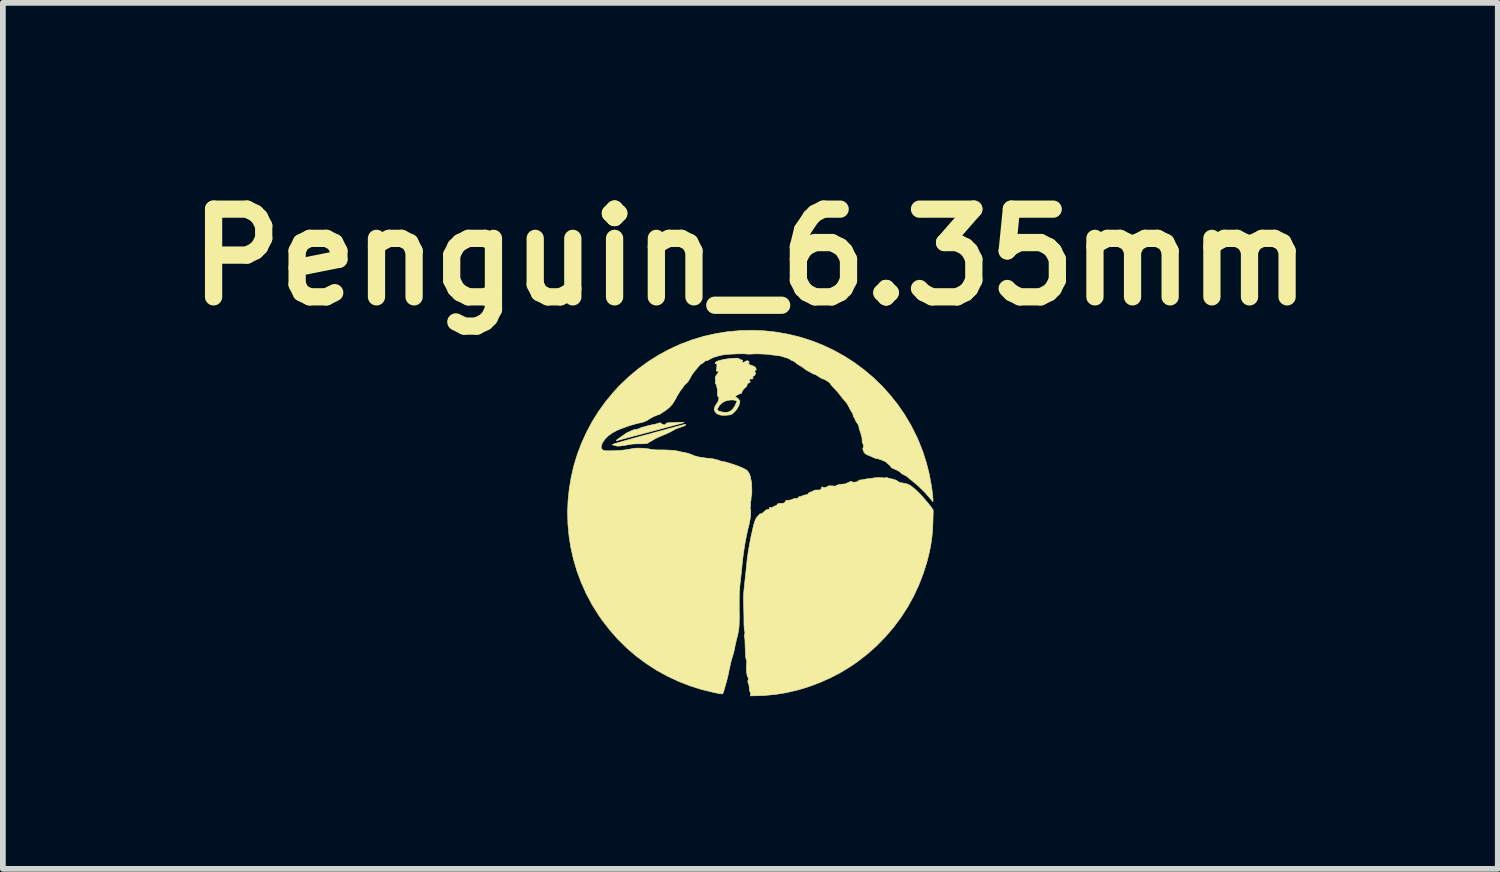
<source format=kicad_pcb>
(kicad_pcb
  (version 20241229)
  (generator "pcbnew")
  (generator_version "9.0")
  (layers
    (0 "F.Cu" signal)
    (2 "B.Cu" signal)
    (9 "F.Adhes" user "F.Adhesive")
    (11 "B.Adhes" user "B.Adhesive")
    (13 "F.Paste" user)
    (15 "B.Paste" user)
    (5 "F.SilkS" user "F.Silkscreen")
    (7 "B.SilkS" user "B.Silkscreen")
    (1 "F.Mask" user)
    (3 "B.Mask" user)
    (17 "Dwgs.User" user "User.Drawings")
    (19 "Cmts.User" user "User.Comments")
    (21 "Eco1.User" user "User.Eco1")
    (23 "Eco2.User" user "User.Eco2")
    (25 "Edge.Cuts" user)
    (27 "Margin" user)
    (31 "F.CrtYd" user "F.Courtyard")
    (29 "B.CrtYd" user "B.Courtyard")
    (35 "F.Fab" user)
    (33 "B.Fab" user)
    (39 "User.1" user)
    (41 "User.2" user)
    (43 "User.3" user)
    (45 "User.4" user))
  (footprint "Penguin_6.35mm"
    (layer "F.Cu")
    (at 9.986 5.863)
    (property "Reference" "Penguin_6.35mm" (at 0 -4.445 0) (layer "F.SilkS") (effects (font (size 1.524 1.524) (thickness 0.3))))
    (attr through_hole)
    (fp_poly (pts (xy -1.122 -1.537) (xy -1.122 -1.531) (xy -1.135 -1.522) (xy -1.157 -1.511) (xy -1.185 -1.501) (xy -1.228 -1.486) (xy -1.261 -1.474) (xy -1.287 -1.463) (xy -1.309 -1.453) (xy -1.326 -1.444) (xy -1.396 -1.406) (xy -1.461 -1.375) (xy -1.512 -1.354) (xy -1.556 -1.336) (xy -1.6 -1.317) (xy -1.641 -1.297) (xy -1.675 -1.279) (xy -1.701 -1.263) (xy -1.713 -1.255) (xy -1.728 -1.244) (xy -1.739 -1.24) (xy -1.751 -1.235) (xy -1.764 -1.226) (xy -1.774 -1.218) (xy -1.788 -1.212) (xy -1.806 -1.208) (xy -1.831 -1.205) (xy -1.866 -1.203) (xy -1.912 -1.203) (xy -1.938 -1.203) (xy -1.992 -1.202) (xy -2.039 -1.199) (xy -2.077 -1.195) (xy -2.095 -1.192) (xy -2.14 -1.183) (xy -2.185 -1.175) (xy -2.228 -1.169) (xy -2.266 -1.164) (xy -2.297 -1.163) (xy -2.318 -1.163) (xy -2.323 -1.165) (xy -2.338 -1.17) (xy -2.359 -1.175) (xy -2.367 -1.176) (xy -2.385 -1.181) (xy -2.396 -1.187) (xy -2.396 -1.19) (xy -2.389 -1.193) (xy -2.368 -1.201) (xy -2.337 -1.211) (xy -2.295 -1.223) (xy -2.246 -1.237) (xy -2.191 -1.253) (xy -2.13 -1.27) (xy -2.125 -1.271) (xy -1.983 -1.311) (xy -1.855 -1.346) (xy -1.739 -1.377) (xy -1.636 -1.406) (xy -1.545 -1.43) (xy -1.465 -1.452) (xy -1.396 -1.471) (xy -1.336 -1.487) (xy -1.286 -1.501) (xy -1.244 -1.512) (xy -1.21 -1.521) (xy -1.183 -1.528) (xy -1.163 -1.533) (xy -1.148 -1.536) (xy -1.139 -1.538) (xy -1.135 -1.539) (xy -1.122 -1.537)) (stroke (width 0.01) (type solid)) (fill yes) (layer "F.SilkS"))
    (fp_poly (pts (xy -1.163 -1.575) (xy -1.152 -1.573) (xy -1.152 -1.572) (xy -1.16 -1.57) (xy -1.181 -1.564) (xy -1.214 -1.554) (xy -1.259 -1.542) (xy -1.313 -1.527) (xy -1.377 -1.51) (xy -1.448 -1.491) (xy -1.526 -1.47) (xy -1.61 -1.447) (xy -1.698 -1.424) (xy -1.73 -1.415) (xy -1.82 -1.391) (xy -1.906 -1.368) (xy -1.987 -1.347) (xy -2.062 -1.327) (xy -2.129 -1.309) (xy -2.188 -1.293) (xy -2.238 -1.28) (xy -2.276 -1.269) (xy -2.303 -1.262) (xy -2.317 -1.258) (xy -2.319 -1.258) (xy -2.329 -1.256) (xy -2.328 -1.261) (xy -2.325 -1.265) (xy -2.315 -1.274) (xy -2.295 -1.289) (xy -2.27 -1.307) (xy -2.254 -1.318) (xy -2.224 -1.339) (xy -2.194 -1.36) (xy -2.17 -1.376) (xy -2.163 -1.382) (xy -2.143 -1.395) (xy -2.128 -1.403) (xy -2.123 -1.404) (xy -2.112 -1.408) (xy -2.092 -1.416) (xy -2.068 -1.428) (xy -2.067 -1.428) (xy -2.03 -1.444) (xy -1.998 -1.451) (xy -1.991 -1.451) (xy -1.963 -1.456) (xy -1.929 -1.468) (xy -1.918 -1.473) (xy -1.894 -1.484) (xy -1.873 -1.492) (xy -1.863 -1.494) (xy -1.849 -1.496) (xy -1.827 -1.502) (xy -1.808 -1.508) (xy -1.779 -1.517) (xy -1.743 -1.525) (xy -1.711 -1.532) (xy -1.676 -1.538) (xy -1.639 -1.547) (xy -1.612 -1.555) (xy -1.569 -1.569) (xy -1.541 -1.55) (xy -1.515 -1.537) (xy -1.492 -1.532) (xy -1.474 -1.536) (xy -1.465 -1.548) (xy -1.464 -1.554) (xy -1.463 -1.559) (xy -1.457 -1.562) (xy -1.445 -1.565) (xy -1.424 -1.567) (xy -1.393 -1.569) (xy -1.351 -1.571) (xy -1.282 -1.574) (xy -1.227 -1.576) (xy -1.188 -1.576) (xy -1.163 -1.575)) (stroke (width 0.01) (type solid)) (fill yes) (layer "F.SilkS"))
    (fp_poly (pts (xy -0.213 -2.689) (xy -0.198 -2.685) (xy -0.196 -2.682) (xy -0.191 -2.672) (xy -0.183 -2.669) (xy -0.158 -2.662) (xy -0.14 -2.654) (xy -0.133 -2.646) (xy -0.134 -2.642) (xy -0.142 -2.628) (xy -0.138 -2.618) (xy -0.127 -2.615) (xy -0.112 -2.619) (xy -0.092 -2.629) (xy -0.086 -2.633) (xy -0.061 -2.645) (xy -0.042 -2.644) (xy -0.025 -2.63) (xy -0.025 -2.63) (xy -0.02 -2.618) (xy -0.027 -2.606) (xy -0.034 -2.596) (xy -0.029 -2.588) (xy -0.021 -2.582) (xy -0.005 -2.573) (xy 0.005 -2.57) (xy 0.02 -2.567) (xy 0.028 -2.563) (xy 0.044 -2.556) (xy 0.065 -2.547) (xy 0.066 -2.547) (xy 0.082 -2.539) (xy 0.087 -2.529) (xy 0.086 -2.524) (xy 0.086 -2.513) (xy 0.093 -2.51) (xy 0.103 -2.505) (xy 0.103 -2.495) (xy 0.095 -2.483) (xy 0.09 -2.48) (xy 0.078 -2.469) (xy 0.075 -2.457) (xy 0.083 -2.449) (xy 0.089 -2.44) (xy 0.088 -2.424) (xy 0.083 -2.406) (xy 0.075 -2.392) (xy 0.068 -2.387) (xy 0.049 -2.377) (xy 0.041 -2.363) (xy 0.044 -2.35) (xy 0.048 -2.339) (xy 0.039 -2.331) (xy 0.02 -2.329) (xy 0.014 -2.33) (xy -0.005 -2.327) (xy -0.015 -2.319) (xy -0.022 -2.308) (xy -0.015 -2.299) (xy -0.013 -2.297) (xy -0.002 -2.287) (xy -0.003 -2.277) (xy -0.017 -2.266) (xy -0.028 -2.26) (xy -0.047 -2.247) (xy -0.056 -2.232) (xy -0.058 -2.22) (xy -0.066 -2.197) (xy -0.077 -2.188) (xy -0.093 -2.176) (xy -0.112 -2.157) (xy -0.13 -2.134) (xy -0.143 -2.112) (xy -0.149 -2.095) (xy -0.149 -2.094) (xy -0.153 -2.08) (xy -0.16 -2.077) (xy -0.173 -2.074) (xy -0.193 -2.067) (xy -0.203 -2.063) (xy -0.229 -2.049) (xy -0.249 -2.036) (xy -0.26 -2.023) (xy -0.261 -2.014) (xy -0.25 -2.01) (xy -0.247 -2.01) (xy -0.235 -2.004) (xy -0.217 -1.991) (xy -0.206 -1.979) (xy -0.19 -1.96) (xy -0.183 -1.946) (xy -0.182 -1.93) (xy -0.183 -1.921) (xy -0.196 -1.877) (xy -0.219 -1.831) (xy -0.249 -1.786) (xy -0.284 -1.748) (xy -0.32 -1.719) (xy -0.329 -1.714) (xy -0.351 -1.707) (xy -0.383 -1.702) (xy -0.42 -1.699) (xy -0.46 -1.698) (xy -0.496 -1.699) (xy -0.525 -1.704) (xy -0.526 -1.704) (xy -0.568 -1.719) (xy -0.599 -1.743) (xy -0.611 -1.759) (xy -0.624 -1.786) (xy -0.625 -1.797) (xy -0.575 -1.797) (xy -0.569 -1.784) (xy -0.55 -1.773) (xy -0.529 -1.764) (xy -0.48 -1.753) (xy -0.433 -1.749) (xy -0.39 -1.753) (xy -0.359 -1.763) (xy -0.327 -1.785) (xy -0.297 -1.817) (xy -0.272 -1.853) (xy -0.258 -1.883) (xy -0.249 -1.905) (xy -0.242 -1.92) (xy -0.238 -1.924) (xy -0.231 -1.934) (xy -0.238 -1.945) (xy -0.256 -1.955) (xy -0.256 -1.956) (xy -0.295 -1.964) (xy -0.341 -1.964) (xy -0.389 -1.958) (xy -0.431 -1.946) (xy -0.477 -1.924) (xy -0.513 -1.895) (xy -0.546 -1.856) (xy -0.553 -1.845) (xy -0.569 -1.817) (xy -0.575 -1.797) (xy -0.625 -1.797) (xy -0.625 -1.816) (xy -0.615 -1.85) (xy -0.592 -1.889) (xy -0.582 -1.902) (xy -0.563 -1.933) (xy -0.551 -1.964) (xy -0.546 -1.991) (xy -0.549 -2.012) (xy -0.558 -2.023) (xy -0.565 -2.029) (xy -0.57 -2.037) (xy -0.571 -2.053) (xy -0.571 -2.078) (xy -0.571 -2.096) (xy -0.57 -2.134) (xy -0.573 -2.16) (xy -0.578 -2.175) (xy -0.578 -2.175) (xy -0.585 -2.193) (xy -0.585 -2.205) (xy -0.587 -2.222) (xy -0.598 -2.238) (xy -0.609 -2.253) (xy -0.61 -2.266) (xy -0.608 -2.273) (xy -0.604 -2.297) (xy -0.607 -2.318) (xy -0.611 -2.342) (xy -0.606 -2.364) (xy -0.601 -2.376) (xy -0.592 -2.394) (xy -0.584 -2.404) (xy -0.582 -2.406) (xy -0.576 -2.412) (xy -0.567 -2.426) (xy -0.558 -2.443) (xy -0.553 -2.456) (xy -0.553 -2.459) (xy -0.559 -2.463) (xy -0.575 -2.465) (xy -0.575 -2.465) (xy -0.591 -2.467) (xy -0.594 -2.472) (xy -0.591 -2.479) (xy -0.587 -2.493) (xy -0.584 -2.516) (xy -0.582 -2.544) (xy -0.581 -2.571) (xy -0.582 -2.587) (xy -0.586 -2.593) (xy -0.593 -2.594) (xy -0.597 -2.594) (xy -0.61 -2.594) (xy -0.611 -2.604) (xy -0.611 -2.604) (xy -0.604 -2.618) (xy -0.588 -2.631) (xy -0.56 -2.643) (xy -0.52 -2.654) (xy -0.482 -2.663) (xy -0.442 -2.671) (xy -0.399 -2.678) (xy -0.355 -2.683) (xy -0.312 -2.687) (xy -0.272 -2.689) (xy -0.238 -2.69) (xy -0.213 -2.689)) (stroke (width 0.01) (type solid)) (fill yes) (layer "F.SilkS"))
    (fp_poly (pts (xy 2.383 -0.612) (xy 2.389 -0.609) (xy 2.412 -0.601) (xy 2.439 -0.595) (xy 2.448 -0.594) (xy 2.476 -0.589) (xy 2.507 -0.579) (xy 2.537 -0.567) (xy 2.561 -0.553) (xy 2.572 -0.543) (xy 2.585 -0.535) (xy 2.61 -0.528) (xy 2.637 -0.523) (xy 2.682 -0.515) (xy 2.717 -0.507) (xy 2.748 -0.496) (xy 2.776 -0.48) (xy 2.807 -0.458) (xy 2.844 -0.428) (xy 2.855 -0.418) (xy 2.891 -0.386) (xy 2.929 -0.35) (xy 2.963 -0.315) (xy 2.991 -0.285) (xy 2.993 -0.283) (xy 3.042 -0.226) (xy 3.081 -0.179) (xy 3.112 -0.141) (xy 3.135 -0.111) (xy 3.152 -0.089) (xy 3.158 -0.079) (xy 3.177 -0.05) (xy 3.173 0.141) (xy 3.167 0.279) (xy 3.156 0.409) (xy 3.138 0.536) (xy 3.114 0.664) (xy 3.081 0.799) (xy 3.07 0.842) (xy 3.005 1.049) (xy 2.927 1.251) (xy 2.836 1.446) (xy 2.732 1.634) (xy 2.616 1.814) (xy 2.488 1.986) (xy 2.348 2.149) (xy 2.198 2.303) (xy 2.036 2.447) (xy 1.865 2.58) (xy 1.745 2.663) (xy 1.572 2.769) (xy 1.391 2.863) (xy 1.205 2.946) (xy 1.015 3.017) (xy 0.822 3.075) (xy 0.627 3.121) (xy 0.433 3.152) (xy 0.24 3.17) (xy 0.166 3.173) (xy -0.001 3.177) (xy 0.004 3.15) (xy 0.006 3.127) (xy -0.001 3.111) (xy -0.004 3.108) (xy -0.012 3.093) (xy -0.017 3.067) (xy -0.019 3.037) (xy -0.021 3.008) (xy -0.025 2.984) (xy -0.029 2.97) (xy -0.03 2.969) (xy -0.037 2.955) (xy -0.042 2.935) (xy -0.043 2.916) (xy -0.039 2.904) (xy -0.038 2.903) (xy -0.034 2.893) (xy -0.035 2.875) (xy -0.04 2.856) (xy -0.048 2.843) (xy -0.049 2.842) (xy -0.054 2.832) (xy -0.058 2.81) (xy -0.062 2.782) (xy -0.063 2.775) (xy -0.066 2.735) (xy -0.068 2.704) (xy -0.068 2.679) (xy -0.067 2.653) (xy -0.065 2.622) (xy -0.064 2.616) (xy -0.062 2.585) (xy -0.063 2.565) (xy -0.067 2.552) (xy -0.07 2.549) (xy -0.074 2.536) (xy -0.079 2.509) (xy -0.083 2.467) (xy -0.086 2.413) (xy -0.089 2.345) (xy -0.092 2.264) (xy -0.093 2.226) (xy -0.094 2.2) (xy -0.096 2.179) (xy -0.098 2.17) (xy -0.102 2.154) (xy -0.104 2.131) (xy -0.102 2.11) (xy -0.097 2.096) (xy -0.097 2.096) (xy -0.093 2.085) (xy -0.095 2.067) (xy -0.1 2.046) (xy -0.105 2.021) (xy -0.108 1.985) (xy -0.11 1.937) (xy -0.111 1.877) (xy -0.111 1.871) (xy -0.111 1.817) (xy -0.112 1.754) (xy -0.114 1.688) (xy -0.115 1.624) (xy -0.116 1.587) (xy -0.118 1.544) (xy -0.118 1.505) (xy -0.118 1.469) (xy -0.117 1.435) (xy -0.116 1.398) (xy -0.112 1.357) (xy -0.108 1.31) (xy -0.102 1.255) (xy -0.095 1.188) (xy -0.09 1.143) (xy -0.084 1.092) (xy -0.078 1.037) (xy -0.073 0.984) (xy -0.069 0.938) (xy -0.067 0.926) (xy -0.055 0.807) (xy -0.037 0.679) (xy -0.014 0.547) (xy 0.011 0.414) (xy 0.04 0.286) (xy 0.056 0.217) (xy 0.071 0.165) (xy 0.085 0.124) (xy 0.1 0.093) (xy 0.117 0.068) (xy 0.137 0.047) (xy 0.138 0.046) (xy 0.151 0.033) (xy 0.157 0.023) (xy 0.157 0.022) (xy 0.163 0.017) (xy 0.178 0.015) (xy 0.195 0.011) (xy 0.216 -0.003) (xy 0.238 -0.022) (xy 0.261 -0.043) (xy 0.278 -0.055) (xy 0.294 -0.059) (xy 0.303 -0.06) (xy 0.32 -0.061) (xy 0.328 -0.067) (xy 0.329 -0.078) (xy 0.334 -0.095) (xy 0.346 -0.1) (xy 0.359 -0.095) (xy 0.371 -0.092) (xy 0.386 -0.099) (xy 0.399 -0.108) (xy 0.418 -0.12) (xy 0.434 -0.125) (xy 0.437 -0.124) (xy 0.45 -0.127) (xy 0.462 -0.142) (xy 0.473 -0.157) (xy 0.487 -0.164) (xy 0.506 -0.166) (xy 0.541 -0.167) (xy 0.564 -0.169) (xy 0.579 -0.172) (xy 0.589 -0.177) (xy 0.598 -0.183) (xy 0.607 -0.195) (xy 0.609 -0.202) (xy 0.61 -0.21) (xy 0.624 -0.217) (xy 0.653 -0.221) (xy 0.668 -0.222) (xy 0.694 -0.226) (xy 0.716 -0.231) (xy 0.725 -0.236) (xy 0.742 -0.245) (xy 0.751 -0.247) (xy 0.77 -0.25) (xy 0.777 -0.254) (xy 0.788 -0.257) (xy 0.792 -0.254) (xy 0.802 -0.249) (xy 0.816 -0.253) (xy 0.828 -0.263) (xy 0.832 -0.27) (xy 0.841 -0.281) (xy 0.857 -0.284) (xy 0.874 -0.285) (xy 0.884 -0.289) (xy 0.895 -0.295) (xy 0.915 -0.303) (xy 0.94 -0.311) (xy 0.964 -0.317) (xy 0.982 -0.321) (xy 0.984 -0.321) (xy 1.001 -0.328) (xy 1.009 -0.34) (xy 1.02 -0.355) (xy 1.031 -0.359) (xy 1.045 -0.362) (xy 1.067 -0.371) (xy 1.087 -0.381) (xy 1.113 -0.394) (xy 1.135 -0.4) (xy 1.158 -0.4) (xy 1.167 -0.4) (xy 1.194 -0.399) (xy 1.211 -0.403) (xy 1.224 -0.411) (xy 1.236 -0.425) (xy 1.238 -0.437) (xy 1.238 -0.449) (xy 1.247 -0.454) (xy 1.257 -0.449) (xy 1.274 -0.442) (xy 1.299 -0.443) (xy 1.326 -0.451) (xy 1.331 -0.454) (xy 1.348 -0.464) (xy 1.359 -0.471) (xy 1.36 -0.472) (xy 1.368 -0.473) (xy 1.388 -0.473) (xy 1.415 -0.471) (xy 1.423 -0.471) (xy 1.457 -0.468) (xy 1.478 -0.468) (xy 1.491 -0.472) (xy 1.494 -0.474) (xy 1.506 -0.483) (xy 1.52 -0.489) (xy 1.54 -0.494) (xy 1.568 -0.498) (xy 1.607 -0.502) (xy 1.627 -0.504) (xy 1.653 -0.508) (xy 1.673 -0.514) (xy 1.68 -0.519) (xy 1.695 -0.528) (xy 1.703 -0.53) (xy 1.716 -0.535) (xy 1.726 -0.542) (xy 1.737 -0.55) (xy 1.749 -0.548) (xy 1.761 -0.543) (xy 1.782 -0.537) (xy 1.808 -0.535) (xy 1.836 -0.539) (xy 1.86 -0.545) (xy 1.877 -0.555) (xy 1.883 -0.565) (xy 1.889 -0.571) (xy 1.906 -0.574) (xy 1.907 -0.574) (xy 1.929 -0.575) (xy 1.957 -0.58) (xy 1.968 -0.582) (xy 2.017 -0.592) (xy 2.057 -0.597) (xy 2.087 -0.598) (xy 2.109 -0.6) (xy 2.125 -0.605) (xy 2.126 -0.606) (xy 2.137 -0.609) (xy 2.159 -0.611) (xy 2.189 -0.613) (xy 2.223 -0.614) (xy 2.256 -0.614) (xy 2.287 -0.613) (xy 2.31 -0.612) (xy 2.323 -0.609) (xy 2.323 -0.609) (xy 2.334 -0.609) (xy 2.348 -0.613) (xy 2.365 -0.617) (xy 2.383 -0.612)) (stroke (width 0.01) (type solid)) (fill yes) (layer "F.SilkS"))
    (fp_poly (pts (xy 0.249 -3.165) (xy 0.437 -3.145) (xy 0.649 -3.108) (xy 0.857 -3.058) (xy 1.06 -2.994) (xy 1.257 -2.917) (xy 1.448 -2.827) (xy 1.633 -2.725) (xy 1.809 -2.612) (xy 1.978 -2.486) (xy 2.139 -2.35) (xy 2.29 -2.204) (xy 2.431 -2.047) (xy 2.563 -1.881) (xy 2.683 -1.706) (xy 2.792 -1.522) (xy 2.889 -1.329) (xy 2.92 -1.261) (xy 2.995 -1.071) (xy 3.058 -0.874) (xy 3.109 -0.672) (xy 3.146 -0.47) (xy 3.152 -0.433) (xy 3.159 -0.375) (xy 3.165 -0.323) (xy 3.17 -0.277) (xy 3.173 -0.241) (xy 3.173 -0.214) (xy 3.172 -0.2) (xy 3.17 -0.198) (xy 3.162 -0.207) (xy 3.148 -0.225) (xy 3.13 -0.246) (xy 3.13 -0.247) (xy 3.029 -0.362) (xy 2.918 -0.471) (xy 2.799 -0.57) (xy 2.787 -0.579) (xy 2.763 -0.597) (xy 2.744 -0.613) (xy 2.733 -0.624) (xy 2.732 -0.626) (xy 2.722 -0.634) (xy 2.703 -0.645) (xy 2.678 -0.659) (xy 2.671 -0.662) (xy 2.645 -0.676) (xy 2.625 -0.689) (xy 2.613 -0.699) (xy 2.613 -0.701) (xy 2.604 -0.711) (xy 2.584 -0.724) (xy 2.556 -0.74) (xy 2.522 -0.756) (xy 2.484 -0.772) (xy 2.478 -0.775) (xy 2.454 -0.787) (xy 2.443 -0.798) (xy 2.443 -0.801) (xy 2.437 -0.812) (xy 2.423 -0.828) (xy 2.408 -0.84) (xy 2.387 -0.857) (xy 2.37 -0.873) (xy 2.363 -0.881) (xy 2.352 -0.89) (xy 2.329 -0.901) (xy 2.299 -0.914) (xy 2.266 -0.927) (xy 2.234 -0.938) (xy 2.205 -0.945) (xy 2.184 -0.949) (xy 2.182 -0.949) (xy 2.171 -0.952) (xy 2.151 -0.96) (xy 2.125 -0.971) (xy 2.119 -0.974) (xy 2.089 -0.987) (xy 2.061 -0.999) (xy 2.04 -1.007) (xy 2.038 -1.008) (xy 2.017 -1.018) (xy 1.995 -1.033) (xy 1.979 -1.049) (xy 1.972 -1.063) (xy 1.972 -1.064) (xy 1.969 -1.076) (xy 1.961 -1.093) (xy 1.961 -1.094) (xy 1.954 -1.11) (xy 1.955 -1.123) (xy 1.96 -1.132) (xy 1.966 -1.151) (xy 1.965 -1.177) (xy 1.958 -1.2) (xy 1.95 -1.213) (xy 1.946 -1.224) (xy 1.943 -1.245) (xy 1.942 -1.271) (xy 1.941 -1.297) (xy 1.939 -1.317) (xy 1.935 -1.326) (xy 1.929 -1.336) (xy 1.927 -1.346) (xy 1.924 -1.37) (xy 1.914 -1.402) (xy 1.9 -1.439) (xy 1.899 -1.442) (xy 1.891 -1.468) (xy 1.887 -1.494) (xy 1.887 -1.495) (xy 1.883 -1.517) (xy 1.87 -1.542) (xy 1.855 -1.563) (xy 1.839 -1.586) (xy 1.827 -1.605) (xy 1.823 -1.617) (xy 1.823 -1.617) (xy 1.819 -1.631) (xy 1.809 -1.65) (xy 1.804 -1.657) (xy 1.792 -1.679) (xy 1.786 -1.699) (xy 1.785 -1.704) (xy 1.781 -1.724) (xy 1.769 -1.744) (xy 1.768 -1.746) (xy 1.757 -1.762) (xy 1.742 -1.787) (xy 1.726 -1.817) (xy 1.719 -1.83) (xy 1.701 -1.865) (xy 1.687 -1.889) (xy 1.676 -1.908) (xy 1.663 -1.924) (xy 1.647 -1.943) (xy 1.631 -1.96) (xy 1.608 -1.987) (xy 1.582 -2.019) (xy 1.561 -2.047) (xy 1.542 -2.072) (xy 1.516 -2.104) (xy 1.486 -2.137) (xy 1.462 -2.162) (xy 1.437 -2.189) (xy 1.415 -2.213) (xy 1.4 -2.232) (xy 1.393 -2.242) (xy 1.393 -2.243) (xy 1.383 -2.256) (xy 1.364 -2.274) (xy 1.338 -2.292) (xy 1.31 -2.309) (xy 1.284 -2.323) (xy 1.263 -2.33) (xy 1.257 -2.331) (xy 1.246 -2.335) (xy 1.225 -2.346) (xy 1.2 -2.362) (xy 1.184 -2.372) (xy 1.157 -2.39) (xy 1.132 -2.404) (xy 1.114 -2.412) (xy 1.109 -2.413) (xy 1.093 -2.417) (xy 1.072 -2.427) (xy 1.064 -2.433) (xy 1.038 -2.449) (xy 1.009 -2.464) (xy 1 -2.469) (xy 0.974 -2.483) (xy 0.946 -2.503) (xy 0.933 -2.513) (xy 0.907 -2.533) (xy 0.876 -2.553) (xy 0.858 -2.563) (xy 0.83 -2.58) (xy 0.803 -2.599) (xy 0.789 -2.611) (xy 0.769 -2.628) (xy 0.749 -2.639) (xy 0.742 -2.642) (xy 0.722 -2.649) (xy 0.7 -2.662) (xy 0.695 -2.666) (xy 0.673 -2.679) (xy 0.644 -2.692) (xy 0.624 -2.698) (xy 0.593 -2.707) (xy 0.563 -2.717) (xy 0.547 -2.722) (xy 0.527 -2.728) (xy 0.497 -2.733) (xy 0.46 -2.738) (xy 0.428 -2.742) (xy 0.392 -2.745) (xy 0.362 -2.749) (xy 0.339 -2.752) (xy 0.329 -2.754) (xy 0.317 -2.756) (xy 0.294 -2.758) (xy 0.263 -2.76) (xy 0.226 -2.762) (xy 0.22 -2.762) (xy 0.175 -2.764) (xy 0.139 -2.765) (xy 0.11 -2.765) (xy 0.082 -2.765) (xy 0.051 -2.764) (xy 0.012 -2.762) (xy 0 -2.762) (xy -0.032 -2.761) (xy -0.059 -2.762) (xy -0.078 -2.763) (xy -0.082 -2.765) (xy -0.093 -2.766) (xy -0.116 -2.767) (xy -0.149 -2.767) (xy -0.191 -2.766) (xy -0.238 -2.765) (xy -0.265 -2.764) (xy -0.327 -2.761) (xy -0.376 -2.758) (xy -0.416 -2.755) (xy -0.45 -2.751) (xy -0.482 -2.746) (xy -0.513 -2.74) (xy -0.519 -2.738) (xy -0.585 -2.721) (xy -0.639 -2.704) (xy -0.683 -2.684) (xy -0.715 -2.665) (xy -0.74 -2.652) (xy -0.758 -2.647) (xy -0.761 -2.648) (xy -0.776 -2.646) (xy -0.795 -2.632) (xy -0.802 -2.626) (xy -0.821 -2.609) (xy -0.84 -2.597) (xy -0.847 -2.594) (xy -0.861 -2.585) (xy -0.88 -2.569) (xy -0.894 -2.553) (xy -0.912 -2.531) (xy -0.936 -2.502) (xy -0.961 -2.473) (xy -0.966 -2.466) (xy -0.99 -2.436) (xy -1.013 -2.402) (xy -1.031 -2.372) (xy -1.034 -2.367) (xy -1.057 -2.323) (xy -1.078 -2.29) (xy -1.098 -2.265) (xy -1.121 -2.245) (xy -1.121 -2.245) (xy -1.14 -2.227) (xy -1.155 -2.209) (xy -1.158 -2.203) (xy -1.169 -2.184) (xy -1.185 -2.164) (xy -1.187 -2.162) (xy -1.205 -2.14) (xy -1.227 -2.108) (xy -1.252 -2.066) (xy -1.28 -2.018) (xy -1.308 -1.966) (xy -1.352 -1.894) (xy -1.408 -1.833) (xy -1.475 -1.781) (xy -1.476 -1.78) (xy -1.505 -1.761) (xy -1.533 -1.743) (xy -1.554 -1.728) (xy -1.558 -1.725) (xy -1.577 -1.713) (xy -1.594 -1.708) (xy -1.597 -1.708) (xy -1.613 -1.706) (xy -1.621 -1.7) (xy -1.636 -1.691) (xy -1.647 -1.688) (xy -1.662 -1.684) (xy -1.686 -1.673) (xy -1.717 -1.657) (xy -1.751 -1.636) (xy -1.785 -1.614) (xy -1.812 -1.6) (xy -1.847 -1.585) (xy -1.884 -1.573) (xy -1.918 -1.566) (xy -1.92 -1.566) (xy -1.951 -1.56) (xy -1.993 -1.549) (xy -2.042 -1.535) (xy -2.097 -1.518) (xy -2.153 -1.499) (xy -2.208 -1.479) (xy -2.259 -1.46) (xy -2.303 -1.442) (xy -2.327 -1.431) (xy -2.406 -1.387) (xy -2.473 -1.337) (xy -2.527 -1.282) (xy -2.567 -1.223) (xy -2.571 -1.216) (xy -2.586 -1.178) (xy -2.592 -1.145) (xy -2.587 -1.12) (xy -2.581 -1.11) (xy -2.568 -1.099) (xy -2.556 -1.091) (xy -2.54 -1.086) (xy -2.519 -1.083) (xy -2.489 -1.081) (xy -2.449 -1.081) (xy -2.413 -1.081) (xy -2.326 -1.084) (xy -2.25 -1.088) (xy -2.181 -1.096) (xy -2.114 -1.106) (xy -2.074 -1.114) (xy -2.038 -1.121) (xy -2.007 -1.125) (xy -1.975 -1.127) (xy -1.937 -1.127) (xy -1.898 -1.126) (xy -1.853 -1.123) (xy -1.807 -1.119) (xy -1.765 -1.114) (xy -1.733 -1.108) (xy -1.688 -1.101) (xy -1.637 -1.097) (xy -1.575 -1.096) (xy -1.565 -1.096) (xy -1.514 -1.096) (xy -1.46 -1.095) (xy -1.407 -1.092) (xy -1.358 -1.089) (xy -1.314 -1.084) (xy -1.28 -1.08) (xy -1.259 -1.075) (xy -1.242 -1.07) (xy -1.215 -1.064) (xy -1.182 -1.058) (xy -1.154 -1.053) (xy -1.114 -1.044) (xy -1.074 -1.034) (xy -1.04 -1.022) (xy -1.023 -1.016) (xy -0.995 -1.004) (xy -0.967 -0.993) (xy -0.949 -0.987) (xy -0.92 -0.979) (xy -0.881 -0.971) (xy -0.836 -0.964) (xy -0.791 -0.957) (xy -0.751 -0.952) (xy -0.718 -0.95) (xy -0.712 -0.95) (xy -0.681 -0.947) (xy -0.65 -0.942) (xy -0.634 -0.938) (xy -0.61 -0.931) (xy -0.591 -0.927) (xy -0.586 -0.926) (xy -0.571 -0.923) (xy -0.549 -0.915) (xy -0.539 -0.911) (xy -0.511 -0.901) (xy -0.483 -0.894) (xy -0.475 -0.893) (xy -0.461 -0.892) (xy -0.446 -0.889) (xy -0.428 -0.885) (xy -0.405 -0.878) (xy -0.374 -0.869) (xy -0.334 -0.857) (xy -0.295 -0.844) (xy -0.245 -0.827) (xy -0.194 -0.808) (xy -0.147 -0.788) (xy -0.105 -0.768) (xy -0.073 -0.75) (xy -0.058 -0.74) (xy -0.041 -0.72) (xy -0.022 -0.69) (xy -0.006 -0.652) (xy -0.004 -0.646) (xy -0.001 -0.634) (xy 0.004 -0.615) (xy 0.009 -0.587) (xy 0.017 -0.548) (xy 0.018 -0.538) (xy 0.021 -0.514) (xy 0.024 -0.483) (xy 0.025 -0.446) (xy 0.026 -0.409) (xy 0.026 -0.373) (xy 0.026 -0.343) (xy 0.024 -0.322) (xy 0.022 -0.313) (xy 0.018 -0.298) (xy 0.014 -0.274) (xy 0.013 -0.252) (xy 0.011 -0.226) (xy 0.008 -0.206) (xy 0.006 -0.197) (xy 0.003 -0.186) (xy 0.003 -0.165) (xy 0.003 -0.153) (xy 0.003 -0.128) (xy 0.000467 -0.108) (xy -0.002 -0.102) (xy -0.004 -0.085) (xy -0.000041 -0.078) (xy 0.005 -0.064) (xy 0.007 -0.037) (xy 0.007 -0.002) (xy 0.004 0.04) (xy -0.001 0.085) (xy -0.008 0.13) (xy -0.016 0.174) (xy -0.021 0.194) (xy -0.045 0.291) (xy -0.068 0.398) (xy -0.09 0.511) (xy -0.109 0.627) (xy -0.125 0.74) (xy -0.138 0.846) (xy -0.142 0.889) (xy -0.146 0.931) (xy -0.151 0.982) (xy -0.157 1.037) (xy -0.163 1.09) (xy -0.164 1.106) (xy -0.172 1.175) (xy -0.179 1.235) (xy -0.184 1.288) (xy -0.187 1.337) (xy -0.19 1.384) (xy -0.192 1.433) (xy -0.193 1.486) (xy -0.193 1.546) (xy -0.193 1.616) (xy -0.193 1.673) (xy -0.192 1.754) (xy -0.192 1.822) (xy -0.193 1.879) (xy -0.194 1.927) (xy -0.196 1.969) (xy -0.2 2.007) (xy -0.205 2.042) (xy -0.211 2.077) (xy -0.219 2.114) (xy -0.229 2.156) (xy -0.237 2.185) (xy -0.247 2.229) (xy -0.258 2.273) (xy -0.266 2.313) (xy -0.272 2.344) (xy -0.273 2.348) (xy -0.28 2.385) (xy -0.29 2.425) (xy -0.298 2.456) (xy -0.308 2.485) (xy -0.316 2.512) (xy -0.321 2.529) (xy -0.332 2.567) (xy -0.344 2.616) (xy -0.357 2.677) (xy -0.373 2.75) (xy -0.373 2.753) (xy -0.382 2.797) (xy -0.392 2.841) (xy -0.402 2.88) (xy -0.409 2.911) (xy -0.411 2.917) (xy -0.42 2.947) (xy -0.431 2.985) (xy -0.442 3.026) (xy -0.451 3.055) (xy -0.461 3.093) (xy -0.47 3.118) (xy -0.477 3.133) (xy -0.483 3.141) (xy -0.489 3.143) (xy -0.501 3.142) (xy -0.525 3.138) (xy -0.558 3.133) (xy -0.597 3.125) (xy -0.624 3.12) (xy -0.838 3.068) (xy -1.046 3.003) (xy -1.247 2.925) (xy -1.442 2.834) (xy -1.63 2.73) (xy -1.809 2.614) (xy -1.981 2.487) (xy -2.143 2.348) (xy -2.296 2.198) (xy -2.439 2.036) (xy -2.572 1.865) (xy -2.64 1.767) (xy -2.754 1.583) (xy -2.854 1.395) (xy -2.94 1.201) (xy -3.013 1.005) (xy -3.072 0.805) (xy -3.118 0.603) (xy -3.15 0.399) (xy -3.169 0.194) (xy -3.175 -0.011) (xy -3.167 -0.216) (xy -3.146 -0.42) (xy -3.112 -0.622) (xy -3.066 -0.822) (xy -3.006 -1.019) (xy -2.933 -1.212) (xy -2.847 -1.401) (xy -2.749 -1.585) (xy -2.638 -1.763) (xy -2.514 -1.935) (xy -2.377 -2.1) (xy -2.271 -2.214) (xy -2.113 -2.365) (xy -1.947 -2.504) (xy -1.774 -2.63) (xy -1.593 -2.744) (xy -1.406 -2.845) (xy -1.213 -2.933) (xy -1.014 -3.008) (xy -0.812 -3.069) (xy -0.605 -3.116) (xy -0.395 -3.15) (xy -0.182 -3.169) (xy 0.033 -3.174) (xy 0.249 -3.165)) (stroke (width 0.01) (type solid)) (fill yes) (layer "F.SilkS")))
  (gr_rect
    (start -3 -3)
    (end 22.972 12.045)
    (stroke (width 0.1) (type default))
    (fill no)
    (layer "Edge.Cuts")))
</source>
